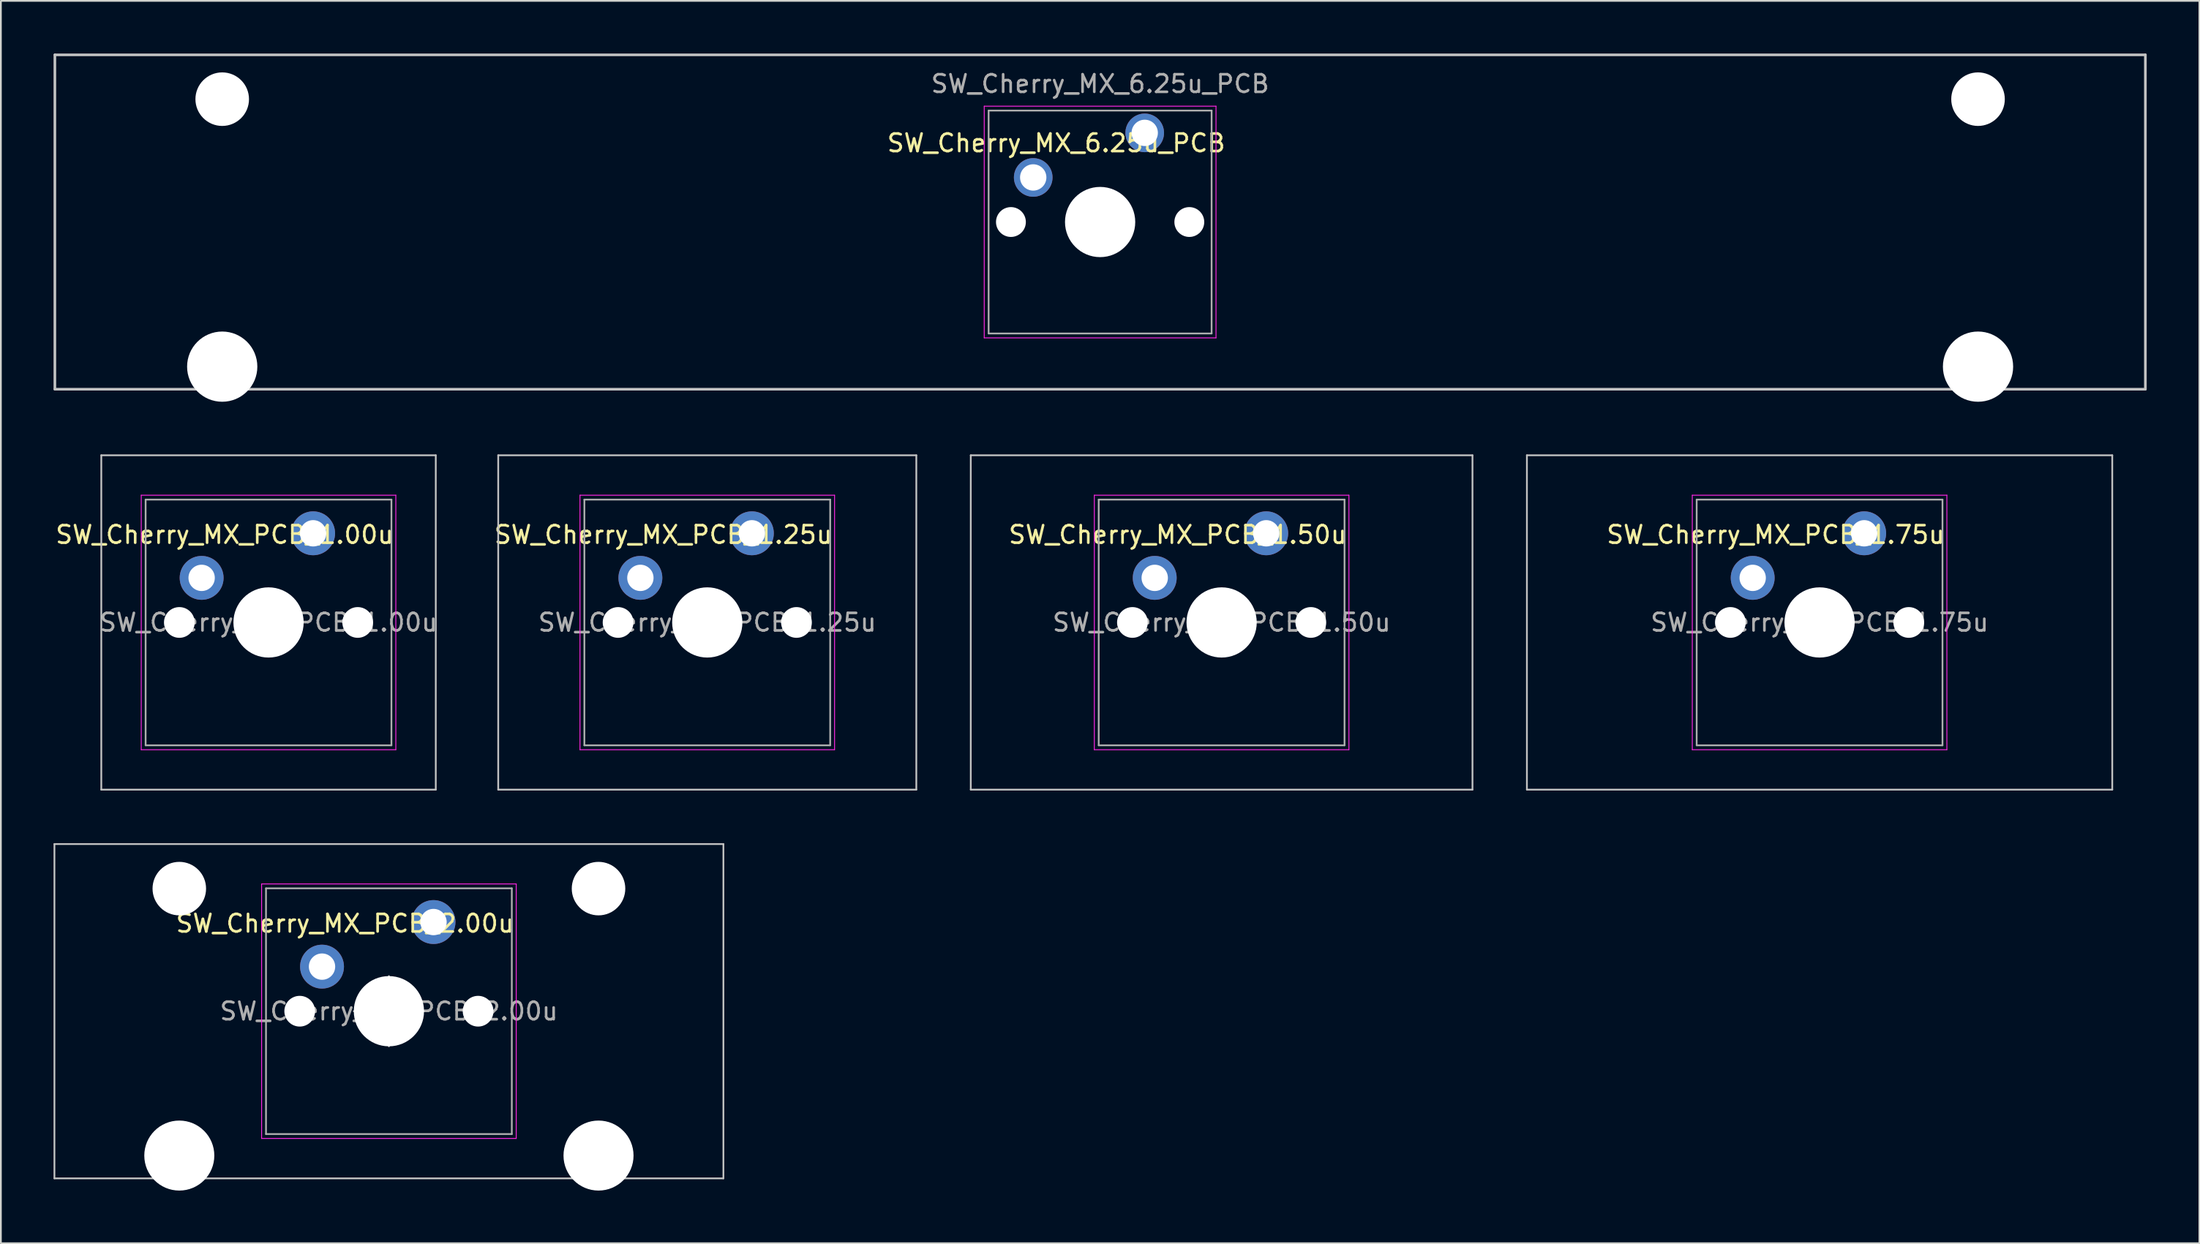
<source format=kicad_pcb>
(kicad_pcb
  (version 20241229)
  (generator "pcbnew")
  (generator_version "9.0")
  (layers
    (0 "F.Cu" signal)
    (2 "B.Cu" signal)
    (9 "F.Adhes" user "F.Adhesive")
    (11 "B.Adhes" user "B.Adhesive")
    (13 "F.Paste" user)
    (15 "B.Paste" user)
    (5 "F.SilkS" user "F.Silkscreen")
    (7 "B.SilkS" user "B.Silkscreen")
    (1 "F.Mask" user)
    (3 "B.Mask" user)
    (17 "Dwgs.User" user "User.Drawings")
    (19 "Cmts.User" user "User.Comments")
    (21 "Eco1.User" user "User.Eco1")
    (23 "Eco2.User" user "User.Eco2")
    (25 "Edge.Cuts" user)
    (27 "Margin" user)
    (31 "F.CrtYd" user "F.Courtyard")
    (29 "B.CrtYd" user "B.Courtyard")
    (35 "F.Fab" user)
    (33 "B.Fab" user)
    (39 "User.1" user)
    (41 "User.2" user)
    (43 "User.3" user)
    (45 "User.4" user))
  (footprint "SW_Cherry_MX_PCB_1.25u"
    (layer "F.Cu")
    (at 37.232 32.415)
    (property "Reference" "SW_Cherry_MX_PCB_1.25u" (at -2.5 -5 0) (layer "F.SilkS") (effects (font (size 1 1) (thickness 0.15))))
    (attr through_hole)
    (fp_line (start -11.906 -9.525) (end -11.906 9.525) (stroke (width 0.1) (type solid)) (layer "Dwgs.User"))
    (fp_line (start -11.906 9.525) (end 11.906 9.525) (stroke (width 0.1) (type solid)) (layer "Dwgs.User"))
    (fp_line (start 11.906 -9.525) (end -11.906 -9.525) (stroke (width 0.1) (type solid)) (layer "Dwgs.User"))
    (fp_line (start 11.906 9.525) (end 11.906 -9.525) (stroke (width 0.1) (type solid)) (layer "Dwgs.User"))
    (fp_line (start -7 -7) (end -7 7) (stroke (width 0.1) (type solid)) (layer "Eco1.User"))
    (fp_line (start -7 7) (end 7 7) (stroke (width 0.1) (type solid)) (layer "Eco1.User"))
    (fp_line (start 7 -7) (end -7 -7) (stroke (width 0.1) (type solid)) (layer "Eco1.User"))
    (fp_line (start 7 7) (end 7 -7) (stroke (width 0.1) (type solid)) (layer "Eco1.User"))
    (fp_line (start -7.25 -7.25) (end -7.25 7.25) (stroke (width 0.05) (type solid)) (layer "F.CrtYd"))
    (fp_line (start -7.25 7.25) (end 7.25 7.25) (stroke (width 0.05) (type solid)) (layer "F.CrtYd"))
    (fp_line (start 7.25 -7.25) (end -7.25 -7.25) (stroke (width 0.05) (type solid)) (layer "F.CrtYd"))
    (fp_line (start 7.25 7.25) (end 7.25 -7.25) (stroke (width 0.05) (type solid)) (layer "F.CrtYd"))
    (fp_line (start -7 -7) (end -7 7) (stroke (width 0.1) (type solid)) (layer "F.Fab"))
    (fp_line (start -7 7) (end 7 7) (stroke (width 0.1) (type solid)) (layer "F.Fab"))
    (fp_line (start 7 -7) (end -7 -7) (stroke (width 0.1) (type solid)) (layer "F.Fab"))
    (fp_line (start 7 7) (end 7 -7) (stroke (width 0.1) (type solid)) (layer "F.Fab"))
    (fp_text user "${REFERENCE}" (at 0 0 0) (layer "F.Fab") (effects (font (size 1 1) (thickness 0.15))))
    (pad "" np_thru_hole circle (at -5.08 0) (size 1.75 1.75) (drill 1.75) (layers "*.Cu" "*.Mask"))
    (pad "" np_thru_hole circle (at 0 0) (size 4 4) (drill 4) (layers "*.Cu" "*.Mask"))
    (pad "" np_thru_hole circle (at 5.08 0) (size 1.75 1.75) (drill 1.75) (layers "*.Cu" "*.Mask"))
    (pad "1" thru_hole circle (at -3.81 -2.54) (size 2.5 2.5) (drill 1.5) (layers "*.Cu" "*.Mask"))
    (pad "2" thru_hole circle (at 2.54 -5.08) (size 2.5 2.5) (drill 1.5) (layers "*.Cu" "*.Mask")))
  (footprint "SW_Cherry_MX_PCB_1.75u"
    (layer "F.Cu")
    (at 100.582 32.415)
    (property "Reference" "SW_Cherry_MX_PCB_1.75u" (at -2.5 -5 0) (layer "F.SilkS") (effects (font (size 1 1) (thickness 0.15))))
    (attr through_hole)
    (fp_line (start -16.669 -9.525) (end -16.669 9.525) (stroke (width 0.1) (type solid)) (layer "Dwgs.User"))
    (fp_line (start -16.669 9.525) (end 16.669 9.525) (stroke (width 0.1) (type solid)) (layer "Dwgs.User"))
    (fp_line (start 16.669 -9.525) (end -16.669 -9.525) (stroke (width 0.1) (type solid)) (layer "Dwgs.User"))
    (fp_line (start 16.669 9.525) (end 16.669 -9.525) (stroke (width 0.1) (type solid)) (layer "Dwgs.User"))
    (fp_line (start -7 -7) (end -7 7) (stroke (width 0.1) (type solid)) (layer "Eco1.User"))
    (fp_line (start -7 7) (end 7 7) (stroke (width 0.1) (type solid)) (layer "Eco1.User"))
    (fp_line (start 7 -7) (end -7 -7) (stroke (width 0.1) (type solid)) (layer "Eco1.User"))
    (fp_line (start 7 7) (end 7 -7) (stroke (width 0.1) (type solid)) (layer "Eco1.User"))
    (fp_line (start -7.25 -7.25) (end -7.25 7.25) (stroke (width 0.05) (type solid)) (layer "F.CrtYd"))
    (fp_line (start -7.25 7.25) (end 7.25 7.25) (stroke (width 0.05) (type solid)) (layer "F.CrtYd"))
    (fp_line (start 7.25 -7.25) (end -7.25 -7.25) (stroke (width 0.05) (type solid)) (layer "F.CrtYd"))
    (fp_line (start 7.25 7.25) (end 7.25 -7.25) (stroke (width 0.05) (type solid)) (layer "F.CrtYd"))
    (fp_line (start -7 -7) (end -7 7) (stroke (width 0.1) (type solid)) (layer "F.Fab"))
    (fp_line (start -7 7) (end 7 7) (stroke (width 0.1) (type solid)) (layer "F.Fab"))
    (fp_line (start 7 -7) (end -7 -7) (stroke (width 0.1) (type solid)) (layer "F.Fab"))
    (fp_line (start 7 7) (end 7 -7) (stroke (width 0.1) (type solid)) (layer "F.Fab"))
    (fp_text user "${REFERENCE}" (at 0 0 0) (layer "F.Fab") (effects (font (size 1 1) (thickness 0.15))))
    (pad "" np_thru_hole circle (at -5.08 0) (size 1.75 1.75) (drill 1.75) (layers "*.Cu" "*.Mask"))
    (pad "" np_thru_hole circle (at 0 0) (size 4 4) (drill 4) (layers "*.Cu" "*.Mask"))
    (pad "" np_thru_hole circle (at 5.08 0) (size 1.75 1.75) (drill 1.75) (layers "*.Cu" "*.Mask"))
    (pad "1" thru_hole circle (at -3.81 -2.54) (size 2.5 2.5) (drill 1.5) (layers "*.Cu" "*.Mask"))
    (pad "2" thru_hole circle (at 2.54 -5.08) (size 2.5 2.5) (drill 1.5) (layers "*.Cu" "*.Mask")))
  (footprint "SW_Cherry_MX_PCB_1.00u"
    (layer "F.Cu")
    (at 12.244 32.415)
    (property "Reference" "SW_Cherry_MX_PCB_1.00u" (at -2.5 -5 0) (layer "F.SilkS") (effects (font (size 1 1) (thickness 0.15))))
    (attr through_hole)
    (fp_line (start -9.525 -9.525) (end -9.525 9.525) (stroke (width 0.1) (type solid)) (layer "Dwgs.User"))
    (fp_line (start -9.525 9.525) (end 9.525 9.525) (stroke (width 0.1) (type solid)) (layer "Dwgs.User"))
    (fp_line (start 9.525 -9.525) (end -9.525 -9.525) (stroke (width 0.1) (type solid)) (layer "Dwgs.User"))
    (fp_line (start 9.525 9.525) (end 9.525 -9.525) (stroke (width 0.1) (type solid)) (layer "Dwgs.User"))
    (fp_line (start -7 -7) (end -7 7) (stroke (width 0.1) (type solid)) (layer "Eco1.User"))
    (fp_line (start -7 7) (end 7 7) (stroke (width 0.1) (type solid)) (layer "Eco1.User"))
    (fp_line (start 7 -7) (end -7 -7) (stroke (width 0.1) (type solid)) (layer "Eco1.User"))
    (fp_line (start 7 7) (end 7 -7) (stroke (width 0.1) (type solid)) (layer "Eco1.User"))
    (fp_line (start -7.25 -7.25) (end -7.25 7.25) (stroke (width 0.05) (type solid)) (layer "F.CrtYd"))
    (fp_line (start -7.25 7.25) (end 7.25 7.25) (stroke (width 0.05) (type solid)) (layer "F.CrtYd"))
    (fp_line (start 7.25 -7.25) (end -7.25 -7.25) (stroke (width 0.05) (type solid)) (layer "F.CrtYd"))
    (fp_line (start 7.25 7.25) (end 7.25 -7.25) (stroke (width 0.05) (type solid)) (layer "F.CrtYd"))
    (fp_line (start -7 -7) (end -7 7) (stroke (width 0.1) (type solid)) (layer "F.Fab"))
    (fp_line (start -7 7) (end 7 7) (stroke (width 0.1) (type solid)) (layer "F.Fab"))
    (fp_line (start 7 -7) (end -7 -7) (stroke (width 0.1) (type solid)) (layer "F.Fab"))
    (fp_line (start 7 7) (end 7 -7) (stroke (width 0.1) (type solid)) (layer "F.Fab"))
    (fp_text user "${REFERENCE}" (at 0 0 0) (layer "F.Fab") (effects (font (size 1 1) (thickness 0.15))))
    (pad "" np_thru_hole circle (at -5.08 0) (size 1.75 1.75) (drill 1.75) (layers "*.Cu" "*.Mask"))
    (pad "" np_thru_hole circle (at 0 0) (size 4 4) (drill 4) (layers "*.Cu" "*.Mask"))
    (pad "" np_thru_hole circle (at 5.08 0) (size 1.75 1.75) (drill 1.75) (layers "*.Cu" "*.Mask"))
    (pad "1" thru_hole circle (at -3.81 -2.54) (size 2.5 2.5) (drill 1.5) (layers "*.Cu" "*.Mask"))
    (pad "2" thru_hole circle (at 2.54 -5.08) (size 2.5 2.5) (drill 1.5) (layers "*.Cu" "*.Mask")))
  (footprint "SW_Cherry_MX_PCB_1.50u"
    (layer "F.Cu")
    (at 66.526 32.415)
    (property "Reference" "SW_Cherry_MX_PCB_1.50u" (at -2.5 -5 0) (layer "F.SilkS") (effects (font (size 1 1) (thickness 0.15))))
    (attr through_hole)
    (fp_line (start -14.287 -9.525) (end -14.287 9.525) (stroke (width 0.1) (type solid)) (layer "Dwgs.User"))
    (fp_line (start -14.287 9.525) (end 14.287 9.525) (stroke (width 0.1) (type solid)) (layer "Dwgs.User"))
    (fp_line (start 14.287 -9.525) (end -14.287 -9.525) (stroke (width 0.1) (type solid)) (layer "Dwgs.User"))
    (fp_line (start 14.287 9.525) (end 14.287 -9.525) (stroke (width 0.1) (type solid)) (layer "Dwgs.User"))
    (fp_line (start -7 -7) (end -7 7) (stroke (width 0.1) (type solid)) (layer "Eco1.User"))
    (fp_line (start -7 7) (end 7 7) (stroke (width 0.1) (type solid)) (layer "Eco1.User"))
    (fp_line (start 7 -7) (end -7 -7) (stroke (width 0.1) (type solid)) (layer "Eco1.User"))
    (fp_line (start 7 7) (end 7 -7) (stroke (width 0.1) (type solid)) (layer "Eco1.User"))
    (fp_line (start -7.25 -7.25) (end -7.25 7.25) (stroke (width 0.05) (type solid)) (layer "F.CrtYd"))
    (fp_line (start -7.25 7.25) (end 7.25 7.25) (stroke (width 0.05) (type solid)) (layer "F.CrtYd"))
    (fp_line (start 7.25 -7.25) (end -7.25 -7.25) (stroke (width 0.05) (type solid)) (layer "F.CrtYd"))
    (fp_line (start 7.25 7.25) (end 7.25 -7.25) (stroke (width 0.05) (type solid)) (layer "F.CrtYd"))
    (fp_line (start -7 -7) (end -7 7) (stroke (width 0.1) (type solid)) (layer "F.Fab"))
    (fp_line (start -7 7) (end 7 7) (stroke (width 0.1) (type solid)) (layer "F.Fab"))
    (fp_line (start 7 -7) (end -7 -7) (stroke (width 0.1) (type solid)) (layer "F.Fab"))
    (fp_line (start 7 7) (end 7 -7) (stroke (width 0.1) (type solid)) (layer "F.Fab"))
    (fp_text user "${REFERENCE}" (at 0 0 0) (layer "F.Fab") (effects (font (size 1 1) (thickness 0.15))))
    (pad "" np_thru_hole circle (at -5.08 0) (size 1.75 1.75) (drill 1.75) (layers "*.Cu" "*.Mask"))
    (pad "" np_thru_hole circle (at 0 0) (size 4 4) (drill 4) (layers "*.Cu" "*.Mask"))
    (pad "" np_thru_hole circle (at 5.08 0) (size 1.75 1.75) (drill 1.75) (layers "*.Cu" "*.Mask"))
    (pad "1" thru_hole circle (at -3.81 -2.54) (size 2.5 2.5) (drill 1.5) (layers "*.Cu" "*.Mask"))
    (pad "2" thru_hole circle (at 2.54 -5.08) (size 2.5 2.5) (drill 1.5) (layers "*.Cu" "*.Mask")))
  (footprint "SW_Cherry_MX_PCB_2.00u"
    (layer "F.Cu")
    (at 19.1 54.565)
    (property "Reference" "SW_Cherry_MX_PCB_2.00u" (at -2.5 -5 0) (layer "F.SilkS") (effects (font (size 1 1) (thickness 0.15))))
    (attr through_hole)
    (fp_line (start -19.05 -9.525) (end -19.05 9.525) (stroke (width 0.1) (type solid)) (layer "Dwgs.User"))
    (fp_line (start -19.05 9.525) (end 19.05 9.525) (stroke (width 0.1) (type solid)) (layer "Dwgs.User"))
    (fp_line (start -2 0) (end 2 0) (stroke (width 0.1) (type solid)) (layer "Dwgs.User"))
    (fp_line (start 0 2) (end 0 -2) (stroke (width 0.1) (type solid)) (layer "Dwgs.User"))
    (fp_line (start 19.05 -9.525) (end -19.05 -9.525) (stroke (width 0.1) (type solid)) (layer "Dwgs.User"))
    (fp_line (start 19.05 9.525) (end 19.05 -9.525) (stroke (width 0.1) (type solid)) (layer "Dwgs.User"))
    (fp_line (start -15.313 -5.53) (end -15.313 6.77) (stroke (width 0.1) (type solid)) (layer "Eco1.User"))
    (fp_line (start -15.313 6.77) (end -8.563 6.77) (stroke (width 0.1) (type solid)) (layer "Eco1.User"))
    (fp_line (start -8.563 -5.53) (end -15.313 -5.53) (stroke (width 0.1) (type solid)) (layer "Eco1.User"))
    (fp_line (start -8.563 6.77) (end -8.563 -5.53) (stroke (width 0.1) (type solid)) (layer "Eco1.User"))
    (fp_line (start -7 -7) (end -7 7) (stroke (width 0.1) (type solid)) (layer "Eco1.User"))
    (fp_line (start -7 7) (end 7 7) (stroke (width 0.1) (type solid)) (layer "Eco1.User"))
    (fp_line (start 7 -7) (end -7 -7) (stroke (width 0.1) (type solid)) (layer "Eco1.User"))
    (fp_line (start 7 7) (end 7 -7) (stroke (width 0.1) (type solid)) (layer "Eco1.User"))
    (fp_line (start 8.563 -5.53) (end 8.563 6.77) (stroke (width 0.1) (type solid)) (layer "Eco1.User"))
    (fp_line (start 8.563 6.77) (end 15.313 6.77) (stroke (width 0.1) (type solid)) (layer "Eco1.User"))
    (fp_line (start 15.313 -5.53) (end 8.563 -5.53) (stroke (width 0.1) (type solid)) (layer "Eco1.User"))
    (fp_line (start 15.313 6.77) (end 15.313 -5.53) (stroke (width 0.1) (type solid)) (layer "Eco1.User"))
    (fp_line (start -7.25 -7.25) (end -7.25 7.25) (stroke (width 0.05) (type solid)) (layer "F.CrtYd"))
    (fp_line (start -7.25 7.25) (end 7.25 7.25) (stroke (width 0.05) (type solid)) (layer "F.CrtYd"))
    (fp_line (start 7.25 -7.25) (end -7.25 -7.25) (stroke (width 0.05) (type solid)) (layer "F.CrtYd"))
    (fp_line (start 7.25 7.25) (end 7.25 -7.25) (stroke (width 0.05) (type solid)) (layer "F.CrtYd"))
    (fp_line (start -7 -7) (end -7 7) (stroke (width 0.1) (type solid)) (layer "F.Fab"))
    (fp_line (start -7 7) (end 7 7) (stroke (width 0.1) (type solid)) (layer "F.Fab"))
    (fp_line (start 7 -7) (end -7 -7) (stroke (width 0.1) (type solid)) (layer "F.Fab"))
    (fp_line (start 7 7) (end 7 -7) (stroke (width 0.1) (type solid)) (layer "F.Fab"))
    (fp_text user "${REFERENCE}" (at 0 0 0) (layer "F.Fab") (effects (font (size 1 1) (thickness 0.15))))
    (pad "" np_thru_hole circle (at -11.938 -6.985) (size 3.048 3.048) (drill 3.048) (layers "*.Cu" "*.Mask"))
    (pad "" np_thru_hole circle (at -11.938 8.225) (size 3.988 3.988) (drill 3.988) (layers "*.Cu" "*.Mask"))
    (pad "" np_thru_hole circle (at -5.08 0) (size 1.75 1.75) (drill 1.75) (layers "*.Cu" "*.Mask"))
    (pad "" np_thru_hole circle (at 0 0) (size 4 4) (drill 4) (layers "*.Cu" "*.Mask"))
    (pad "" np_thru_hole circle (at 5.08 0) (size 1.75 1.75) (drill 1.75) (layers "*.Cu" "*.Mask"))
    (pad "" np_thru_hole circle (at 11.938 -6.985) (size 3.048 3.048) (drill 3.048) (layers "*.Cu" "*.Mask"))
    (pad "" np_thru_hole circle (at 11.938 8.225) (size 3.988 3.988) (drill 3.988) (layers "*.Cu" "*.Mask"))
    (pad "1" thru_hole circle (at -3.81 -2.54) (size 2.5 2.5) (drill 1.5) (layers "*.Cu" "*.Mask"))
    (pad "2" thru_hole circle (at 2.54 -5.08) (size 2.5 2.5) (drill 1.5) (layers "*.Cu" "*.Mask")))
  (footprint "SW_Cherry_MX_6.25u_PCB"
    (layer "F.Cu")
    (at 59.606 9.6)
    (property "Reference" "SW_Cherry_MX_6.25u_PCB" (at -2.5 -4.5 0) (layer "F.SilkS") (effects (font (size 1 1) (thickness 0.15))))
    (attr through_hole)
    (fp_line (start -59.531 -9.525) (end 59.531 -9.525) (stroke (width 0.15) (type solid)) (layer "Dwgs.User"))
    (fp_line (start -59.531 9.525) (end -59.531 -9.525) (stroke (width 0.15) (type solid)) (layer "Dwgs.User"))
    (fp_line (start 59.531 -9.525) (end 59.531 9.525) (stroke (width 0.15) (type solid)) (layer "Dwgs.User"))
    (fp_line (start 59.531 9.525) (end -59.531 9.525) (stroke (width 0.15) (type solid)) (layer "Dwgs.User"))
    (fp_line (start -6.6 -6.6) (end 6.6 -6.6) (stroke (width 0.05) (type solid)) (layer "F.CrtYd"))
    (fp_line (start -6.6 6.6) (end -6.6 -6.6) (stroke (width 0.05) (type solid)) (layer "F.CrtYd"))
    (fp_line (start 6.6 -6.6) (end 6.6 6.6) (stroke (width 0.05) (type solid)) (layer "F.CrtYd"))
    (fp_line (start 6.6 6.6) (end -6.6 6.6) (stroke (width 0.05) (type solid)) (layer "F.CrtYd"))
    (fp_line (start -6.35 -6.35) (end 6.35 -6.35) (stroke (width 0.1) (type solid)) (layer "F.Fab"))
    (fp_line (start -6.35 6.35) (end -6.35 -6.35) (stroke (width 0.1) (type solid)) (layer "F.Fab"))
    (fp_line (start 6.35 -6.35) (end 6.35 6.35) (stroke (width 0.1) (type solid)) (layer "F.Fab"))
    (fp_line (start 6.35 6.35) (end -6.35 6.35) (stroke (width 0.1) (type solid)) (layer "F.Fab"))
    (fp_text user "${REFERENCE}" (at 0 -7.874 0) (layer "F.Fab") (effects (font (size 1 1) (thickness 0.15))))
    (pad "" np_thru_hole circle (at -50 -7) (size 3.05 3.05) (drill 3.05) (layers "*.Cu" "*.Mask"))
    (pad "" np_thru_hole circle (at -50 8.24) (size 4 4) (drill 4) (layers "*.Cu" "*.Mask"))
    (pad "" np_thru_hole circle (at -5.08 0) (size 1.7 1.7) (drill 1.7) (layers "*.Cu" "*.Mask"))
    (pad "" np_thru_hole circle (at 0 0) (size 4 4) (drill 4) (layers "*.Cu" "*.Mask"))
    (pad "" np_thru_hole circle (at 5.08 0) (size 1.7 1.7) (drill 1.7) (layers "*.Cu" "*.Mask"))
    (pad "" np_thru_hole circle (at 50 -7) (size 3.05 3.05) (drill 3.05) (layers "*.Cu" "*.Mask"))
    (pad "" np_thru_hole circle (at 50 8.24) (size 4 4) (drill 4) (layers "*.Cu" "*.Mask"))
    (pad "1" thru_hole circle (at 2.54 -5.08) (size 2.2 2.2) (drill 1.5) (layers "*.Cu" "*.Mask"))
    (pad "2" thru_hole circle (at -3.81 -2.54) (size 2.2 2.2) (drill 1.5) (layers "*.Cu" "*.Mask")))
  (gr_rect
    (start -3 -3)
    (end 122.213 67.784)
    (stroke (width 0.1) (type default))
    (fill no)
    (layer "Edge.Cuts")))
</source>
